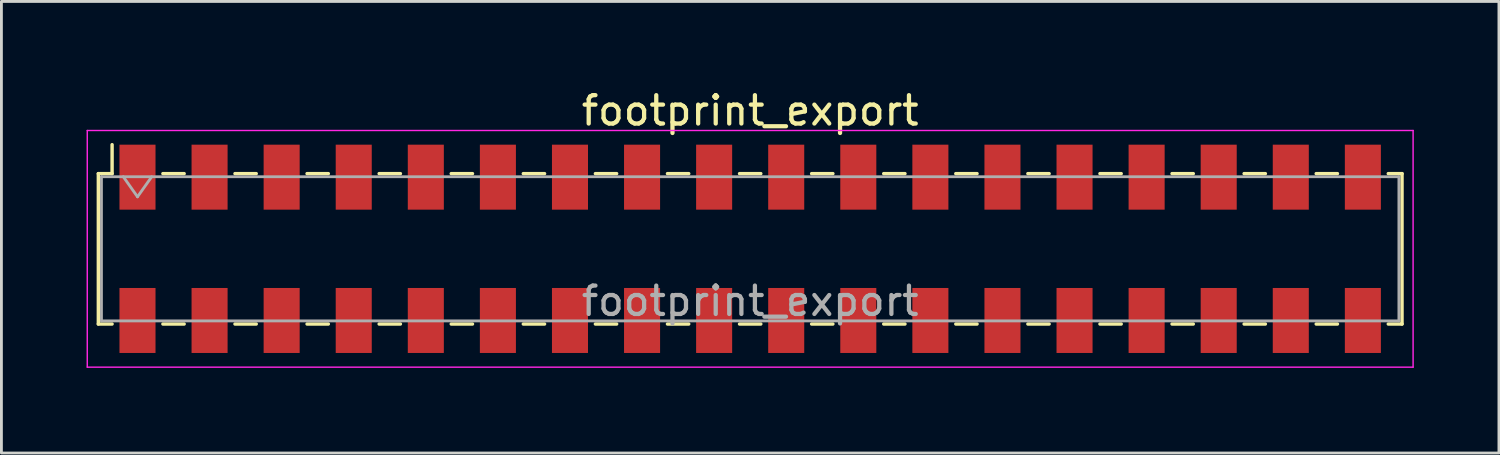
<source format=kicad_pcb>
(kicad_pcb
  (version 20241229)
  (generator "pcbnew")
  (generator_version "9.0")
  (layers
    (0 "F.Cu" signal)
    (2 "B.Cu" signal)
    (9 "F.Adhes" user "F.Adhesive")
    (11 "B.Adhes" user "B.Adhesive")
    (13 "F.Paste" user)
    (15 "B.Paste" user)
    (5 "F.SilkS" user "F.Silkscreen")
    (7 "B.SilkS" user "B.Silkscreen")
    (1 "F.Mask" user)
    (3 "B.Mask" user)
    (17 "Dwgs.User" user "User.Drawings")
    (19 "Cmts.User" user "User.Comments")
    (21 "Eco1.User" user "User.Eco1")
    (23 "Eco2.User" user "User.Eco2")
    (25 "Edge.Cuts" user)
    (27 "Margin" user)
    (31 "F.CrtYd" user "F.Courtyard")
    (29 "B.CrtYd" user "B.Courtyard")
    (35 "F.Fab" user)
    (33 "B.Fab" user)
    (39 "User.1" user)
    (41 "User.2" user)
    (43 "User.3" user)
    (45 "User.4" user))
  (footprint "footprint_export"
    (layer "F.Cu")
    (at 23.385 5.718)
    (property "Reference" "footprint_export" (at 0 -4.87 0) (layer "F.SilkS") (effects (font (size 1 1) (thickness 0.15))))
    (attr smd)
    (fp_line (start -22.97 -2.65) (end -22.97 2.65) (stroke (width 0.12) (type solid)) (layer "F.SilkS"))
    (fp_line (start -22.97 2.65) (end -22.485 2.65) (stroke (width 0.12) (type solid)) (layer "F.SilkS"))
    (fp_line (start -22.485 -3.67) (end -22.485 -2.65) (stroke (width 0.12) (type solid)) (layer "F.SilkS"))
    (fp_line (start -22.485 -2.65) (end -22.97 -2.65) (stroke (width 0.12) (type solid)) (layer "F.SilkS"))
    (fp_line (start -20.695 -2.65) (end -19.945 -2.65) (stroke (width 0.12) (type solid)) (layer "F.SilkS"))
    (fp_line (start -20.695 2.65) (end -19.945 2.65) (stroke (width 0.12) (type solid)) (layer "F.SilkS"))
    (fp_line (start -18.155 -2.65) (end -17.405 -2.65) (stroke (width 0.12) (type solid)) (layer "F.SilkS"))
    (fp_line (start -18.155 2.65) (end -17.405 2.65) (stroke (width 0.12) (type solid)) (layer "F.SilkS"))
    (fp_line (start -15.615 -2.65) (end -14.865 -2.65) (stroke (width 0.12) (type solid)) (layer "F.SilkS"))
    (fp_line (start -15.615 2.65) (end -14.865 2.65) (stroke (width 0.12) (type solid)) (layer "F.SilkS"))
    (fp_line (start -13.075 -2.65) (end -12.325 -2.65) (stroke (width 0.12) (type solid)) (layer "F.SilkS"))
    (fp_line (start -13.075 2.65) (end -12.325 2.65) (stroke (width 0.12) (type solid)) (layer "F.SilkS"))
    (fp_line (start -10.535 -2.65) (end -9.785 -2.65) (stroke (width 0.12) (type solid)) (layer "F.SilkS"))
    (fp_line (start -10.535 2.65) (end -9.785 2.65) (stroke (width 0.12) (type solid)) (layer "F.SilkS"))
    (fp_line (start -7.995 -2.65) (end -7.245 -2.65) (stroke (width 0.12) (type solid)) (layer "F.SilkS"))
    (fp_line (start -7.995 2.65) (end -7.245 2.65) (stroke (width 0.12) (type solid)) (layer "F.SilkS"))
    (fp_line (start -5.455 -2.65) (end -4.705 -2.65) (stroke (width 0.12) (type solid)) (layer "F.SilkS"))
    (fp_line (start -5.455 2.65) (end -4.705 2.65) (stroke (width 0.12) (type solid)) (layer "F.SilkS"))
    (fp_line (start -2.915 -2.65) (end -2.165 -2.65) (stroke (width 0.12) (type solid)) (layer "F.SilkS"))
    (fp_line (start -2.915 2.65) (end -2.165 2.65) (stroke (width 0.12) (type solid)) (layer "F.SilkS"))
    (fp_line (start -0.375 -2.65) (end 0.375 -2.65) (stroke (width 0.12) (type solid)) (layer "F.SilkS"))
    (fp_line (start -0.375 2.65) (end 0.375 2.65) (stroke (width 0.12) (type solid)) (layer "F.SilkS"))
    (fp_line (start 2.165 -2.65) (end 2.915 -2.65) (stroke (width 0.12) (type solid)) (layer "F.SilkS"))
    (fp_line (start 2.165 2.65) (end 2.915 2.65) (stroke (width 0.12) (type solid)) (layer "F.SilkS"))
    (fp_line (start 4.705 -2.65) (end 5.455 -2.65) (stroke (width 0.12) (type solid)) (layer "F.SilkS"))
    (fp_line (start 4.705 2.65) (end 5.455 2.65) (stroke (width 0.12) (type solid)) (layer "F.SilkS"))
    (fp_line (start 7.245 -2.65) (end 7.995 -2.65) (stroke (width 0.12) (type solid)) (layer "F.SilkS"))
    (fp_line (start 7.245 2.65) (end 7.995 2.65) (stroke (width 0.12) (type solid)) (layer "F.SilkS"))
    (fp_line (start 9.785 -2.65) (end 10.535 -2.65) (stroke (width 0.12) (type solid)) (layer "F.SilkS"))
    (fp_line (start 9.785 2.65) (end 10.535 2.65) (stroke (width 0.12) (type solid)) (layer "F.SilkS"))
    (fp_line (start 12.325 -2.65) (end 13.075 -2.65) (stroke (width 0.12) (type solid)) (layer "F.SilkS"))
    (fp_line (start 12.325 2.65) (end 13.075 2.65) (stroke (width 0.12) (type solid)) (layer "F.SilkS"))
    (fp_line (start 14.865 -2.65) (end 15.615 -2.65) (stroke (width 0.12) (type solid)) (layer "F.SilkS"))
    (fp_line (start 14.865 2.65) (end 15.615 2.65) (stroke (width 0.12) (type solid)) (layer "F.SilkS"))
    (fp_line (start 17.405 -2.65) (end 18.155 -2.65) (stroke (width 0.12) (type solid)) (layer "F.SilkS"))
    (fp_line (start 17.405 2.65) (end 18.155 2.65) (stroke (width 0.12) (type solid)) (layer "F.SilkS"))
    (fp_line (start 19.945 -2.65) (end 20.695 -2.65) (stroke (width 0.12) (type solid)) (layer "F.SilkS"))
    (fp_line (start 19.945 2.65) (end 20.695 2.65) (stroke (width 0.12) (type solid)) (layer "F.SilkS"))
    (fp_line (start 22.485 -2.65) (end 22.97 -2.65) (stroke (width 0.12) (type solid)) (layer "F.SilkS"))
    (fp_line (start 22.97 -2.65) (end 22.97 2.65) (stroke (width 0.12) (type solid)) (layer "F.SilkS"))
    (fp_line (start 22.97 2.65) (end 22.485 2.65) (stroke (width 0.12) (type solid)) (layer "F.SilkS"))
    (fp_line (start -23.36 -4.17) (end 23.36 -4.17) (stroke (width 0.05) (type solid)) (layer "F.CrtYd"))
    (fp_line (start -23.36 4.17) (end -23.36 -4.17) (stroke (width 0.05) (type solid)) (layer "F.CrtYd"))
    (fp_line (start 23.36 -4.17) (end 23.36 4.17) (stroke (width 0.05) (type solid)) (layer "F.CrtYd"))
    (fp_line (start 23.36 4.17) (end -23.36 4.17) (stroke (width 0.05) (type solid)) (layer "F.CrtYd"))
    (fp_line (start -22.86 -2.54) (end 22.86 -2.54) (stroke (width 0.1) (type solid)) (layer "F.Fab"))
    (fp_line (start -22.86 2.54) (end -22.86 -2.54) (stroke (width 0.1) (type solid)) (layer "F.Fab"))
    (fp_line (start -22.09 -2.54) (end -21.59 -1.833) (stroke (width 0.1) (type solid)) (layer "F.Fab"))
    (fp_line (start -21.59 -1.833) (end -21.09 -2.54) (stroke (width 0.1) (type solid)) (layer "F.Fab"))
    (fp_line (start 22.86 -2.54) (end 22.86 2.54) (stroke (width 0.1) (type solid)) (layer "F.Fab"))
    (fp_line (start 22.86 2.54) (end -22.86 2.54) (stroke (width 0.1) (type solid)) (layer "F.Fab"))
    (fp_text user "${REFERENCE}" (at 0 1.84 0) (layer "F.Fab") (effects (font (size 1 1) (thickness 0.15))))
    (pad "1" smd rect (at -21.59 -2.525) (size 1.27 2.29) (layers "F.Cu" "F.Mask" "F.Paste"))
    (pad "2" smd rect (at -21.59 2.525) (size 1.27 2.29) (layers "F.Cu" "F.Mask" "F.Paste"))
    (pad "3" smd rect (at -19.05 -2.525) (size 1.27 2.29) (layers "F.Cu" "F.Mask" "F.Paste"))
    (pad "4" smd rect (at -19.05 2.525) (size 1.27 2.29) (layers "F.Cu" "F.Mask" "F.Paste"))
    (pad "5" smd rect (at -16.51 -2.525) (size 1.27 2.29) (layers "F.Cu" "F.Mask" "F.Paste"))
    (pad "6" smd rect (at -16.51 2.525) (size 1.27 2.29) (layers "F.Cu" "F.Mask" "F.Paste"))
    (pad "7" smd rect (at -13.97 -2.525) (size 1.27 2.29) (layers "F.Cu" "F.Mask" "F.Paste"))
    (pad "8" smd rect (at -13.97 2.525) (size 1.27 2.29) (layers "F.Cu" "F.Mask" "F.Paste"))
    (pad "9" smd rect (at -11.43 -2.525) (size 1.27 2.29) (layers "F.Cu" "F.Mask" "F.Paste"))
    (pad "10" smd rect (at -11.43 2.525) (size 1.27 2.29) (layers "F.Cu" "F.Mask" "F.Paste"))
    (pad "11" smd rect (at -8.89 -2.525) (size 1.27 2.29) (layers "F.Cu" "F.Mask" "F.Paste"))
    (pad "12" smd rect (at -8.89 2.525) (size 1.27 2.29) (layers "F.Cu" "F.Mask" "F.Paste"))
    (pad "13" smd rect (at -6.35 -2.525) (size 1.27 2.29) (layers "F.Cu" "F.Mask" "F.Paste"))
    (pad "14" smd rect (at -6.35 2.525) (size 1.27 2.29) (layers "F.Cu" "F.Mask" "F.Paste"))
    (pad "15" smd rect (at -3.81 -2.525) (size 1.27 2.29) (layers "F.Cu" "F.Mask" "F.Paste"))
    (pad "16" smd rect (at -3.81 2.525) (size 1.27 2.29) (layers "F.Cu" "F.Mask" "F.Paste"))
    (pad "17" smd rect (at -1.27 -2.525) (size 1.27 2.29) (layers "F.Cu" "F.Mask" "F.Paste"))
    (pad "18" smd rect (at -1.27 2.525) (size 1.27 2.29) (layers "F.Cu" "F.Mask" "F.Paste"))
    (pad "19" smd rect (at 1.27 -2.525) (size 1.27 2.29) (layers "F.Cu" "F.Mask" "F.Paste"))
    (pad "20" smd rect (at 1.27 2.525) (size 1.27 2.29) (layers "F.Cu" "F.Mask" "F.Paste"))
    (pad "21" smd rect (at 3.81 -2.525) (size 1.27 2.29) (layers "F.Cu" "F.Mask" "F.Paste"))
    (pad "22" smd rect (at 3.81 2.525) (size 1.27 2.29) (layers "F.Cu" "F.Mask" "F.Paste"))
    (pad "23" smd rect (at 6.35 -2.525) (size 1.27 2.29) (layers "F.Cu" "F.Mask" "F.Paste"))
    (pad "24" smd rect (at 6.35 2.525) (size 1.27 2.29) (layers "F.Cu" "F.Mask" "F.Paste"))
    (pad "25" smd rect (at 8.89 -2.525) (size 1.27 2.29) (layers "F.Cu" "F.Mask" "F.Paste"))
    (pad "26" smd rect (at 8.89 2.525) (size 1.27 2.29) (layers "F.Cu" "F.Mask" "F.Paste"))
    (pad "27" smd rect (at 11.43 -2.525) (size 1.27 2.29) (layers "F.Cu" "F.Mask" "F.Paste"))
    (pad "28" smd rect (at 11.43 2.525) (size 1.27 2.29) (layers "F.Cu" "F.Mask" "F.Paste"))
    (pad "29" smd rect (at 13.97 -2.525) (size 1.27 2.29) (layers "F.Cu" "F.Mask" "F.Paste"))
    (pad "30" smd rect (at 13.97 2.525) (size 1.27 2.29) (layers "F.Cu" "F.Mask" "F.Paste"))
    (pad "31" smd rect (at 16.51 -2.525) (size 1.27 2.29) (layers "F.Cu" "F.Mask" "F.Paste"))
    (pad "32" smd rect (at 16.51 2.525) (size 1.27 2.29) (layers "F.Cu" "F.Mask" "F.Paste"))
    (pad "33" smd rect (at 19.05 -2.525) (size 1.27 2.29) (layers "F.Cu" "F.Mask" "F.Paste"))
    (pad "34" smd rect (at 19.05 2.525) (size 1.27 2.29) (layers "F.Cu" "F.Mask" "F.Paste"))
    (pad "35" smd rect (at 21.59 -2.525) (size 1.27 2.29) (layers "F.Cu" "F.Mask" "F.Paste"))
    (pad "36" smd rect (at 21.59 2.525) (size 1.27 2.29) (layers "F.Cu" "F.Mask" "F.Paste")))
  (gr_rect
    (start -3 -3)
    (end 49.77 12.913)
    (stroke (width 0.1) (type default))
    (fill no)
    (layer "Edge.Cuts")))
</source>
